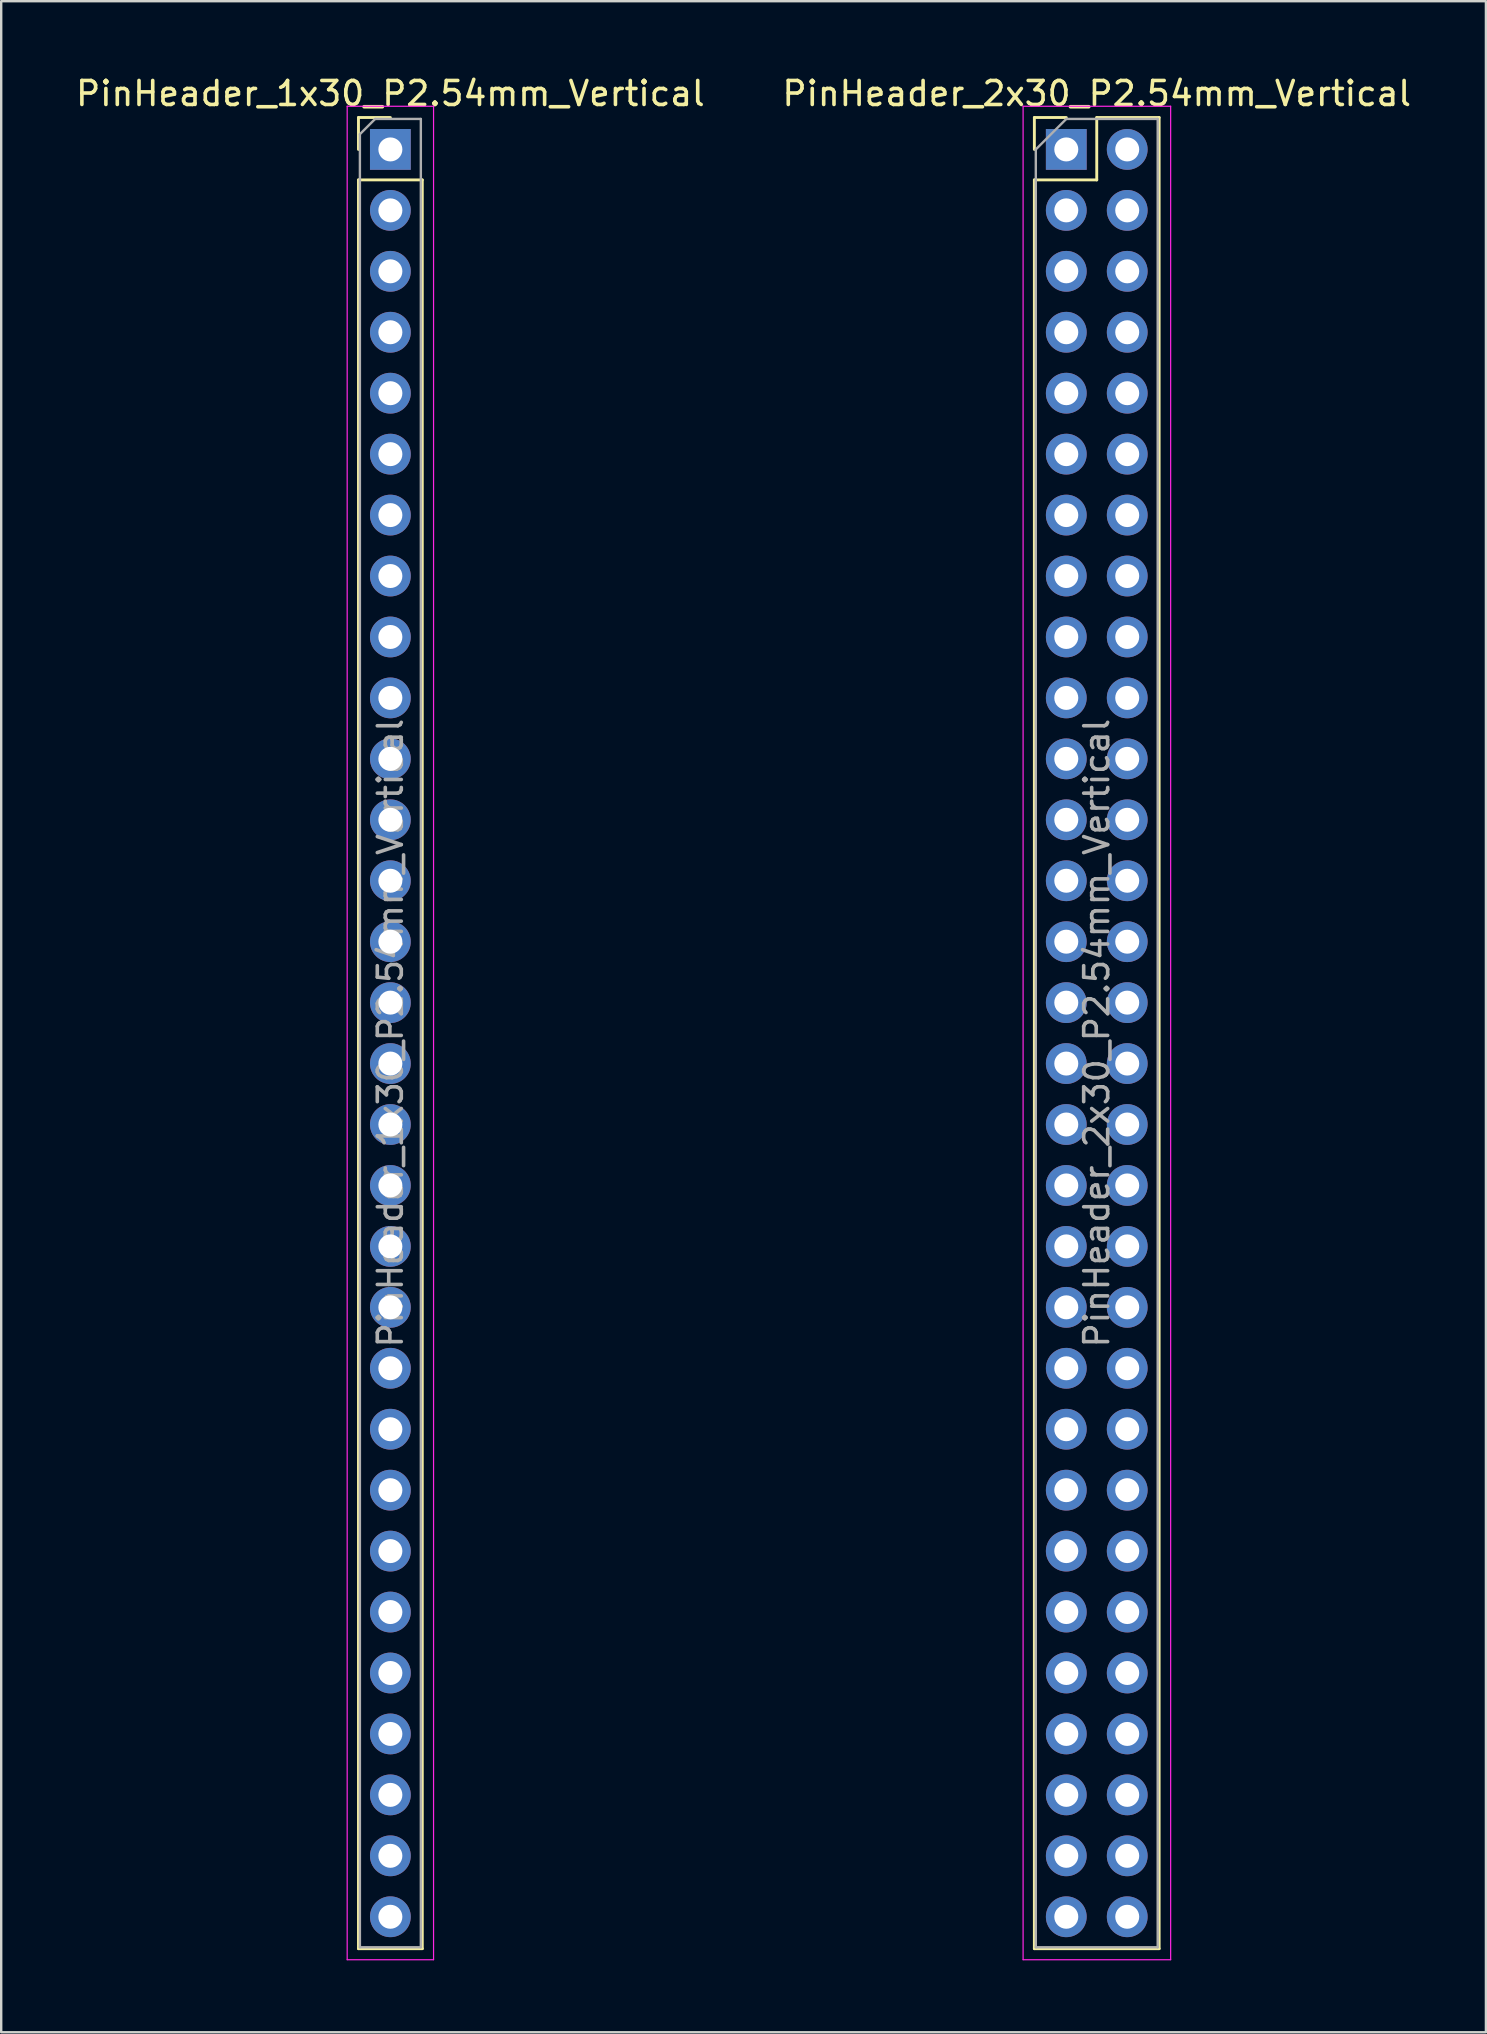
<source format=kicad_pcb>
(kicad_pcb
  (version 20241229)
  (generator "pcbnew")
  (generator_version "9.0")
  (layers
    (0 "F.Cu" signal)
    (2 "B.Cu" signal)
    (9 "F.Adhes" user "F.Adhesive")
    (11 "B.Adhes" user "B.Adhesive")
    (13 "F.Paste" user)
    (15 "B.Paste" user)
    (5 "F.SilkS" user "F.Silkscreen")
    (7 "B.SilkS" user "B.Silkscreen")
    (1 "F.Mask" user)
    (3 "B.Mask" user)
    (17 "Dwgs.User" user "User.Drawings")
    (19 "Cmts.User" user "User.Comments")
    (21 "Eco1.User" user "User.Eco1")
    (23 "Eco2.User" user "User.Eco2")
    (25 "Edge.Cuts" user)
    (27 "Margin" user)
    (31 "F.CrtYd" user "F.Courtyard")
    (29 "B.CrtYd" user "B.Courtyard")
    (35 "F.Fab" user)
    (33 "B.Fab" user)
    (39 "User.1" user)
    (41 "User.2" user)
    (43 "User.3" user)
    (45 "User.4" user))
  (footprint "PinHeader_2x30_P2.54mm_Vertical"
    (layer "F.Cu")
    (at 41.391 3.178)
    (property "Reference" "PinHeader_2x30_P2.54mm_Vertical" (at 1.27 -2.33 0) (layer "F.SilkS") (effects (font (size 1 1) (thickness 0.15))))
    (attr through_hole)
    (fp_line (start -1.33 -1.33) (end 0 -1.33) (stroke (width 0.12) (type solid)) (layer "F.SilkS"))
    (fp_line (start -1.33 0) (end -1.33 -1.33) (stroke (width 0.12) (type solid)) (layer "F.SilkS"))
    (fp_line (start -1.33 1.27) (end -1.33 74.99) (stroke (width 0.12) (type solid)) (layer "F.SilkS"))
    (fp_line (start -1.33 1.27) (end 1.27 1.27) (stroke (width 0.12) (type solid)) (layer "F.SilkS"))
    (fp_line (start -1.33 74.99) (end 3.87 74.99) (stroke (width 0.12) (type solid)) (layer "F.SilkS"))
    (fp_line (start 1.27 -1.33) (end 3.87 -1.33) (stroke (width 0.12) (type solid)) (layer "F.SilkS"))
    (fp_line (start 1.27 1.27) (end 1.27 -1.33) (stroke (width 0.12) (type solid)) (layer "F.SilkS"))
    (fp_line (start 3.87 -1.33) (end 3.87 74.99) (stroke (width 0.12) (type solid)) (layer "F.SilkS"))
    (fp_line (start -1.8 -1.8) (end -1.8 75.45) (stroke (width 0.05) (type solid)) (layer "F.CrtYd"))
    (fp_line (start -1.8 75.45) (end 4.35 75.45) (stroke (width 0.05) (type solid)) (layer "F.CrtYd"))
    (fp_line (start 4.35 -1.8) (end -1.8 -1.8) (stroke (width 0.05) (type solid)) (layer "F.CrtYd"))
    (fp_line (start 4.35 75.45) (end 4.35 -1.8) (stroke (width 0.05) (type solid)) (layer "F.CrtYd"))
    (fp_line (start -1.27 0) (end 0 -1.27) (stroke (width 0.1) (type solid)) (layer "F.Fab"))
    (fp_line (start -1.27 74.93) (end -1.27 0) (stroke (width 0.1) (type solid)) (layer "F.Fab"))
    (fp_line (start 0 -1.27) (end 3.81 -1.27) (stroke (width 0.1) (type solid)) (layer "F.Fab"))
    (fp_line (start 3.81 -1.27) (end 3.81 74.93) (stroke (width 0.1) (type solid)) (layer "F.Fab"))
    (fp_line (start 3.81 74.93) (end -1.27 74.93) (stroke (width 0.1) (type solid)) (layer "F.Fab"))
    (fp_text user "${REFERENCE}" (at 1.27 36.83 90) (layer "F.Fab") (effects (font (size 1 1) (thickness 0.15))))
    (pad "1" thru_hole rect (at 0 0) (size 1.7 1.7) (drill 1) (layers "*.Cu" "*.Mask"))
    (pad "2" thru_hole oval (at 2.54 0) (size 1.7 1.7) (drill 1) (layers "*.Cu" "*.Mask"))
    (pad "3" thru_hole oval (at 0 2.54) (size 1.7 1.7) (drill 1) (layers "*.Cu" "*.Mask"))
    (pad "4" thru_hole oval (at 2.54 2.54) (size 1.7 1.7) (drill 1) (layers "*.Cu" "*.Mask"))
    (pad "5" thru_hole oval (at 0 5.08) (size 1.7 1.7) (drill 1) (layers "*.Cu" "*.Mask"))
    (pad "6" thru_hole oval (at 2.54 5.08) (size 1.7 1.7) (drill 1) (layers "*.Cu" "*.Mask"))
    (pad "7" thru_hole oval (at 0 7.62) (size 1.7 1.7) (drill 1) (layers "*.Cu" "*.Mask"))
    (pad "8" thru_hole oval (at 2.54 7.62) (size 1.7 1.7) (drill 1) (layers "*.Cu" "*.Mask"))
    (pad "9" thru_hole oval (at 0 10.16) (size 1.7 1.7) (drill 1) (layers "*.Cu" "*.Mask"))
    (pad "10" thru_hole oval (at 2.54 10.16) (size 1.7 1.7) (drill 1) (layers "*.Cu" "*.Mask"))
    (pad "11" thru_hole oval (at 0 12.7) (size 1.7 1.7) (drill 1) (layers "*.Cu" "*.Mask"))
    (pad "12" thru_hole oval (at 2.54 12.7) (size 1.7 1.7) (drill 1) (layers "*.Cu" "*.Mask"))
    (pad "13" thru_hole oval (at 0 15.24) (size 1.7 1.7) (drill 1) (layers "*.Cu" "*.Mask"))
    (pad "14" thru_hole oval (at 2.54 15.24) (size 1.7 1.7) (drill 1) (layers "*.Cu" "*.Mask"))
    (pad "15" thru_hole oval (at 0 17.78) (size 1.7 1.7) (drill 1) (layers "*.Cu" "*.Mask"))
    (pad "16" thru_hole oval (at 2.54 17.78) (size 1.7 1.7) (drill 1) (layers "*.Cu" "*.Mask"))
    (pad "17" thru_hole oval (at 0 20.32) (size 1.7 1.7) (drill 1) (layers "*.Cu" "*.Mask"))
    (pad "18" thru_hole oval (at 2.54 20.32) (size 1.7 1.7) (drill 1) (layers "*.Cu" "*.Mask"))
    (pad "19" thru_hole oval (at 0 22.86) (size 1.7 1.7) (drill 1) (layers "*.Cu" "*.Mask"))
    (pad "20" thru_hole oval (at 2.54 22.86) (size 1.7 1.7) (drill 1) (layers "*.Cu" "*.Mask"))
    (pad "21" thru_hole oval (at 0 25.4) (size 1.7 1.7) (drill 1) (layers "*.Cu" "*.Mask"))
    (pad "22" thru_hole oval (at 2.54 25.4) (size 1.7 1.7) (drill 1) (layers "*.Cu" "*.Mask"))
    (pad "23" thru_hole oval (at 0 27.94) (size 1.7 1.7) (drill 1) (layers "*.Cu" "*.Mask"))
    (pad "24" thru_hole oval (at 2.54 27.94) (size 1.7 1.7) (drill 1) (layers "*.Cu" "*.Mask"))
    (pad "25" thru_hole oval (at 0 30.48) (size 1.7 1.7) (drill 1) (layers "*.Cu" "*.Mask"))
    (pad "26" thru_hole oval (at 2.54 30.48) (size 1.7 1.7) (drill 1) (layers "*.Cu" "*.Mask"))
    (pad "27" thru_hole oval (at 0 33.02) (size 1.7 1.7) (drill 1) (layers "*.Cu" "*.Mask"))
    (pad "28" thru_hole oval (at 2.54 33.02) (size 1.7 1.7) (drill 1) (layers "*.Cu" "*.Mask"))
    (pad "29" thru_hole oval (at 0 35.56) (size 1.7 1.7) (drill 1) (layers "*.Cu" "*.Mask"))
    (pad "30" thru_hole oval (at 2.54 35.56) (size 1.7 1.7) (drill 1) (layers "*.Cu" "*.Mask"))
    (pad "31" thru_hole oval (at 0 38.1) (size 1.7 1.7) (drill 1) (layers "*.Cu" "*.Mask"))
    (pad "32" thru_hole oval (at 2.54 38.1) (size 1.7 1.7) (drill 1) (layers "*.Cu" "*.Mask"))
    (pad "33" thru_hole oval (at 0 40.64) (size 1.7 1.7) (drill 1) (layers "*.Cu" "*.Mask"))
    (pad "34" thru_hole oval (at 2.54 40.64) (size 1.7 1.7) (drill 1) (layers "*.Cu" "*.Mask"))
    (pad "35" thru_hole oval (at 0 43.18) (size 1.7 1.7) (drill 1) (layers "*.Cu" "*.Mask"))
    (pad "36" thru_hole oval (at 2.54 43.18) (size 1.7 1.7) (drill 1) (layers "*.Cu" "*.Mask"))
    (pad "37" thru_hole oval (at 0 45.72) (size 1.7 1.7) (drill 1) (layers "*.Cu" "*.Mask"))
    (pad "38" thru_hole oval (at 2.54 45.72) (size 1.7 1.7) (drill 1) (layers "*.Cu" "*.Mask"))
    (pad "39" thru_hole oval (at 0 48.26) (size 1.7 1.7) (drill 1) (layers "*.Cu" "*.Mask"))
    (pad "40" thru_hole oval (at 2.54 48.26) (size 1.7 1.7) (drill 1) (layers "*.Cu" "*.Mask"))
    (pad "41" thru_hole oval (at 0 50.8) (size 1.7 1.7) (drill 1) (layers "*.Cu" "*.Mask"))
    (pad "42" thru_hole oval (at 2.54 50.8) (size 1.7 1.7) (drill 1) (layers "*.Cu" "*.Mask"))
    (pad "43" thru_hole oval (at 0 53.34) (size 1.7 1.7) (drill 1) (layers "*.Cu" "*.Mask"))
    (pad "44" thru_hole oval (at 2.54 53.34) (size 1.7 1.7) (drill 1) (layers "*.Cu" "*.Mask"))
    (pad "45" thru_hole oval (at 0 55.88) (size 1.7 1.7) (drill 1) (layers "*.Cu" "*.Mask"))
    (pad "46" thru_hole oval (at 2.54 55.88) (size 1.7 1.7) (drill 1) (layers "*.Cu" "*.Mask"))
    (pad "47" thru_hole oval (at 0 58.42) (size 1.7 1.7) (drill 1) (layers "*.Cu" "*.Mask"))
    (pad "48" thru_hole oval (at 2.54 58.42) (size 1.7 1.7) (drill 1) (layers "*.Cu" "*.Mask"))
    (pad "49" thru_hole oval (at 0 60.96) (size 1.7 1.7) (drill 1) (layers "*.Cu" "*.Mask"))
    (pad "50" thru_hole oval (at 2.54 60.96) (size 1.7 1.7) (drill 1) (layers "*.Cu" "*.Mask"))
    (pad "51" thru_hole oval (at 0 63.5) (size 1.7 1.7) (drill 1) (layers "*.Cu" "*.Mask"))
    (pad "52" thru_hole oval (at 2.54 63.5) (size 1.7 1.7) (drill 1) (layers "*.Cu" "*.Mask"))
    (pad "53" thru_hole oval (at 0 66.04) (size 1.7 1.7) (drill 1) (layers "*.Cu" "*.Mask"))
    (pad "54" thru_hole oval (at 2.54 66.04) (size 1.7 1.7) (drill 1) (layers "*.Cu" "*.Mask"))
    (pad "55" thru_hole oval (at 0 68.58) (size 1.7 1.7) (drill 1) (layers "*.Cu" "*.Mask"))
    (pad "56" thru_hole oval (at 2.54 68.58) (size 1.7 1.7) (drill 1) (layers "*.Cu" "*.Mask"))
    (pad "57" thru_hole oval (at 0 71.12) (size 1.7 1.7) (drill 1) (layers "*.Cu" "*.Mask"))
    (pad "58" thru_hole oval (at 2.54 71.12) (size 1.7 1.7) (drill 1) (layers "*.Cu" "*.Mask"))
    (pad "59" thru_hole oval (at 0 73.66) (size 1.7 1.7) (drill 1) (layers "*.Cu" "*.Mask"))
    (pad "60" thru_hole oval (at 2.54 73.66) (size 1.7 1.7) (drill 1) (layers "*.Cu" "*.Mask")))
  (footprint "PinHeader_1x30_P2.54mm_Vertical"
    (layer "F.Cu")
    (at 13.22 3.178)
    (property "Reference" "PinHeader_1x30_P2.54mm_Vertical" (at 0 -2.33 0) (layer "F.SilkS") (effects (font (size 1 1) (thickness 0.15))))
    (attr through_hole)
    (fp_line (start -1.33 -1.33) (end 0 -1.33) (stroke (width 0.12) (type solid)) (layer "F.SilkS"))
    (fp_line (start -1.33 0) (end -1.33 -1.33) (stroke (width 0.12) (type solid)) (layer "F.SilkS"))
    (fp_line (start -1.33 1.27) (end -1.33 74.99) (stroke (width 0.12) (type solid)) (layer "F.SilkS"))
    (fp_line (start -1.33 1.27) (end 1.33 1.27) (stroke (width 0.12) (type solid)) (layer "F.SilkS"))
    (fp_line (start -1.33 74.99) (end 1.33 74.99) (stroke (width 0.12) (type solid)) (layer "F.SilkS"))
    (fp_line (start 1.33 1.27) (end 1.33 74.99) (stroke (width 0.12) (type solid)) (layer "F.SilkS"))
    (fp_line (start -1.8 -1.8) (end -1.8 75.45) (stroke (width 0.05) (type solid)) (layer "F.CrtYd"))
    (fp_line (start -1.8 75.45) (end 1.8 75.45) (stroke (width 0.05) (type solid)) (layer "F.CrtYd"))
    (fp_line (start 1.8 -1.8) (end -1.8 -1.8) (stroke (width 0.05) (type solid)) (layer "F.CrtYd"))
    (fp_line (start 1.8 75.45) (end 1.8 -1.8) (stroke (width 0.05) (type solid)) (layer "F.CrtYd"))
    (fp_line (start -1.27 -0.635) (end -0.635 -1.27) (stroke (width 0.1) (type solid)) (layer "F.Fab"))
    (fp_line (start -1.27 74.93) (end -1.27 -0.635) (stroke (width 0.1) (type solid)) (layer "F.Fab"))
    (fp_line (start -0.635 -1.27) (end 1.27 -1.27) (stroke (width 0.1) (type solid)) (layer "F.Fab"))
    (fp_line (start 1.27 -1.27) (end 1.27 74.93) (stroke (width 0.1) (type solid)) (layer "F.Fab"))
    (fp_line (start 1.27 74.93) (end -1.27 74.93) (stroke (width 0.1) (type solid)) (layer "F.Fab"))
    (fp_text user "${REFERENCE}" (at 0 36.83 90) (layer "F.Fab") (effects (font (size 1 1) (thickness 0.15))))
    (pad "1" thru_hole rect (at 0 0) (size 1.7 1.7) (drill 1) (layers "*.Cu" "*.Mask"))
    (pad "2" thru_hole oval (at 0 2.54) (size 1.7 1.7) (drill 1) (layers "*.Cu" "*.Mask"))
    (pad "3" thru_hole oval (at 0 5.08) (size 1.7 1.7) (drill 1) (layers "*.Cu" "*.Mask"))
    (pad "4" thru_hole oval (at 0 7.62) (size 1.7 1.7) (drill 1) (layers "*.Cu" "*.Mask"))
    (pad "5" thru_hole oval (at 0 10.16) (size 1.7 1.7) (drill 1) (layers "*.Cu" "*.Mask"))
    (pad "6" thru_hole oval (at 0 12.7) (size 1.7 1.7) (drill 1) (layers "*.Cu" "*.Mask"))
    (pad "7" thru_hole oval (at 0 15.24) (size 1.7 1.7) (drill 1) (layers "*.Cu" "*.Mask"))
    (pad "8" thru_hole oval (at 0 17.78) (size 1.7 1.7) (drill 1) (layers "*.Cu" "*.Mask"))
    (pad "9" thru_hole oval (at 0 20.32) (size 1.7 1.7) (drill 1) (layers "*.Cu" "*.Mask"))
    (pad "10" thru_hole oval (at 0 22.86) (size 1.7 1.7) (drill 1) (layers "*.Cu" "*.Mask"))
    (pad "11" thru_hole oval (at 0 25.4) (size 1.7 1.7) (drill 1) (layers "*.Cu" "*.Mask"))
    (pad "12" thru_hole oval (at 0 27.94) (size 1.7 1.7) (drill 1) (layers "*.Cu" "*.Mask"))
    (pad "13" thru_hole oval (at 0 30.48) (size 1.7 1.7) (drill 1) (layers "*.Cu" "*.Mask"))
    (pad "14" thru_hole oval (at 0 33.02) (size 1.7 1.7) (drill 1) (layers "*.Cu" "*.Mask"))
    (pad "15" thru_hole oval (at 0 35.56) (size 1.7 1.7) (drill 1) (layers "*.Cu" "*.Mask"))
    (pad "16" thru_hole oval (at 0 38.1) (size 1.7 1.7) (drill 1) (layers "*.Cu" "*.Mask"))
    (pad "17" thru_hole oval (at 0 40.64) (size 1.7 1.7) (drill 1) (layers "*.Cu" "*.Mask"))
    (pad "18" thru_hole oval (at 0 43.18) (size 1.7 1.7) (drill 1) (layers "*.Cu" "*.Mask"))
    (pad "19" thru_hole oval (at 0 45.72) (size 1.7 1.7) (drill 1) (layers "*.Cu" "*.Mask"))
    (pad "20" thru_hole oval (at 0 48.26) (size 1.7 1.7) (drill 1) (layers "*.Cu" "*.Mask"))
    (pad "21" thru_hole oval (at 0 50.8) (size 1.7 1.7) (drill 1) (layers "*.Cu" "*.Mask"))
    (pad "22" thru_hole oval (at 0 53.34) (size 1.7 1.7) (drill 1) (layers "*.Cu" "*.Mask"))
    (pad "23" thru_hole oval (at 0 55.88) (size 1.7 1.7) (drill 1) (layers "*.Cu" "*.Mask"))
    (pad "24" thru_hole oval (at 0 58.42) (size 1.7 1.7) (drill 1) (layers "*.Cu" "*.Mask"))
    (pad "25" thru_hole oval (at 0 60.96) (size 1.7 1.7) (drill 1) (layers "*.Cu" "*.Mask"))
    (pad "26" thru_hole oval (at 0 63.5) (size 1.7 1.7) (drill 1) (layers "*.Cu" "*.Mask"))
    (pad "27" thru_hole oval (at 0 66.04) (size 1.7 1.7) (drill 1) (layers "*.Cu" "*.Mask"))
    (pad "28" thru_hole oval (at 0 68.58) (size 1.7 1.7) (drill 1) (layers "*.Cu" "*.Mask"))
    (pad "29" thru_hole oval (at 0 71.12) (size 1.7 1.7) (drill 1) (layers "*.Cu" "*.Mask"))
    (pad "30" thru_hole oval (at 0 73.66) (size 1.7 1.7) (drill 1) (layers "*.Cu" "*.Mask")))
  (gr_rect
    (start -3 -3)
    (end 58.881 81.653)
    (stroke (width 0.1) (type default))
    (fill no)
    (layer "Edge.Cuts")))
</source>
